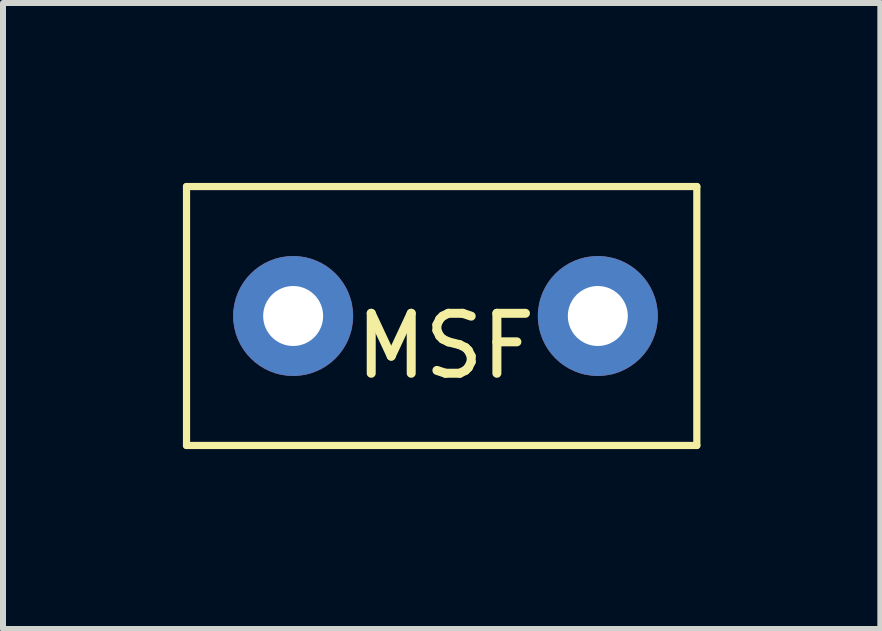
<source format=kicad_pcb>
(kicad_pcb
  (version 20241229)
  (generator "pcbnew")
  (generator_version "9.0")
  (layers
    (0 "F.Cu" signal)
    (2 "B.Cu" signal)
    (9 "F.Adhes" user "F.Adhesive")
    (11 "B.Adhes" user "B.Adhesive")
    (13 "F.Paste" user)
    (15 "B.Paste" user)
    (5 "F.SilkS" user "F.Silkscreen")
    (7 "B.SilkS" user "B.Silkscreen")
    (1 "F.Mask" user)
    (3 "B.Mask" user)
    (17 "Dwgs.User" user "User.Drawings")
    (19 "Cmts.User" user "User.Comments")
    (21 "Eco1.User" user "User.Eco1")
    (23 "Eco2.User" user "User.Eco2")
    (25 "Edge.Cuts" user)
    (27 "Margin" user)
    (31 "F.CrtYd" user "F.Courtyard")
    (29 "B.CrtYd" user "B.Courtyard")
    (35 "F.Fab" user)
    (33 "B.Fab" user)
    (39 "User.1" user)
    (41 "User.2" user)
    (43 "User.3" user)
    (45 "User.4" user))
  (footprint "MSF"
    (layer "F.Cu")
    (at 4.378 2.219)
    (property "Reference" "MSF" (at 0 0.5 0) (layer "F.SilkS") (effects (font (size 1 1) (thickness 0.15))))
    (attr through_hole)
    (fp_line (start -4.318 -2.159) (end -4.318 2.159) (stroke (width 0.12) (type solid)) (layer "F.SilkS"))
    (fp_line (start -4.318 -2.159) (end 4.191 -2.159) (stroke (width 0.12) (type solid)) (layer "F.SilkS"))
    (fp_line (start -4.318 2.159) (end 4.191 2.159) (stroke (width 0.12) (type solid)) (layer "F.SilkS"))
    (fp_line (start 4.191 -2.159) (end 4.191 2.159) (stroke (width 0.12) (type solid)) (layer "F.SilkS"))
    (pad "1" thru_hole circle (at -2.54 0) (size 2 2) (drill 1) (layers "*.Cu" "*.Mask"))
    (pad "2" thru_hole circle (at 2.54 0) (size 2 2) (drill 1) (layers "*.Cu" "*.Mask")))
  (gr_rect
    (start -3 -3)
    (end 11.629 7.438)
    (stroke (width 0.1) (type default))
    (fill no)
    (layer "Edge.Cuts")))
</source>
